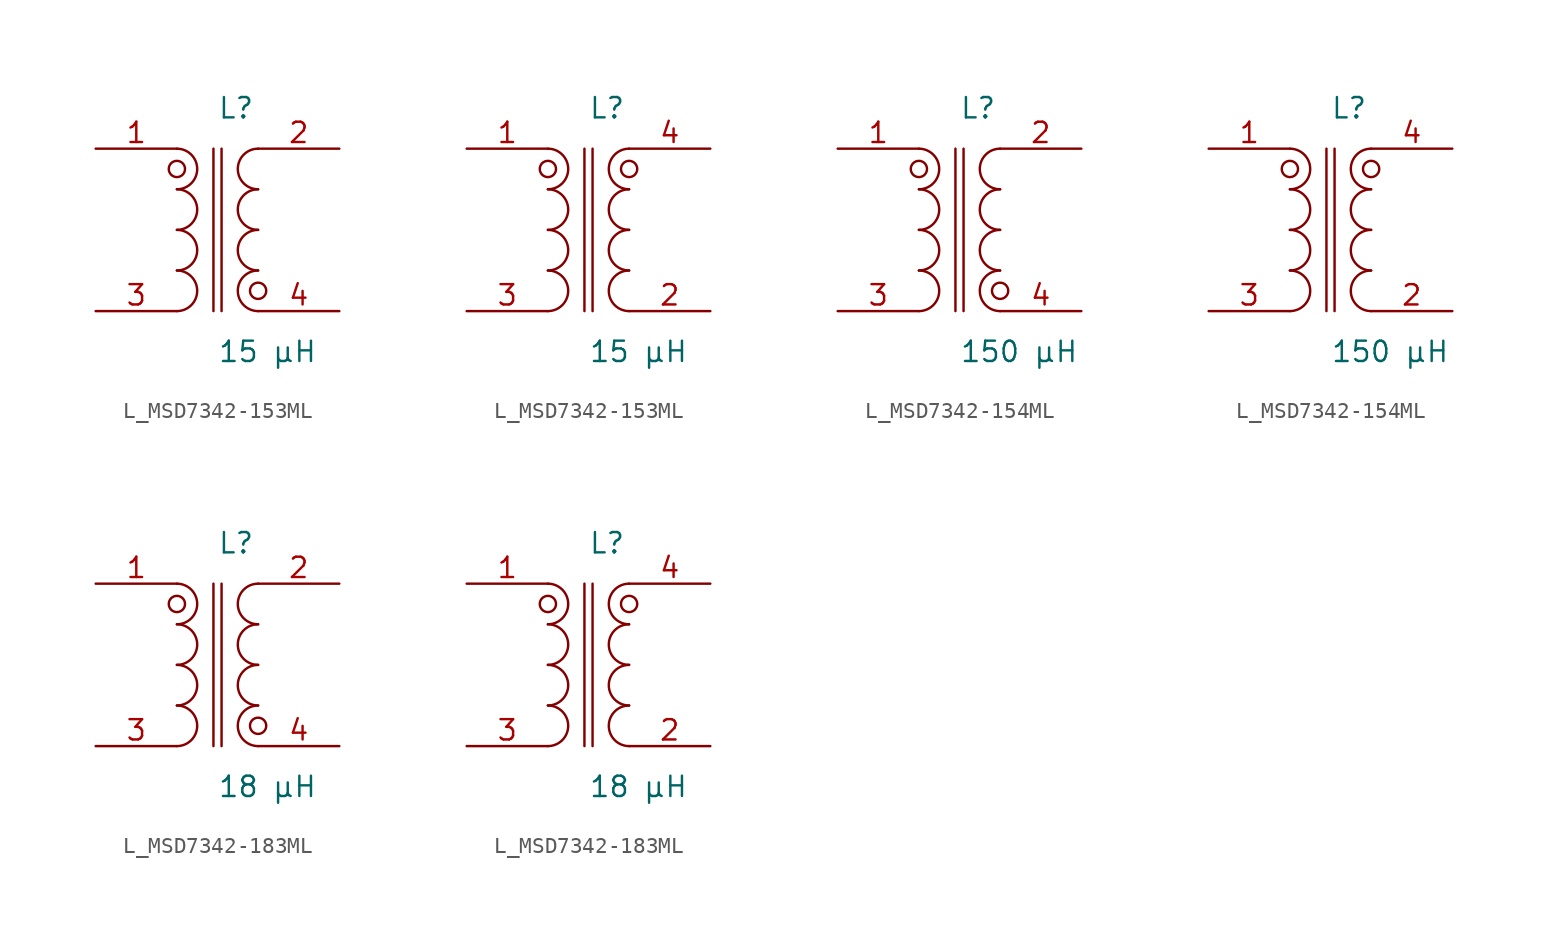
<source format=kicad_sym>
(kicad_symbol_lib
  (version 20231120)
  (generator kicad_symbol_editor)
  (generator_version 8.0)
  (symbol "L_MSD7342-153ML"
    (pin_names
      (offset 0.254))
    (property "Reference" "L"
      (at 0 7.62 0)
      (effects (font (size 1.27 1.27)) (justify left)))
    (property "Value" "15 µH"
      (at 0 -7.62 0)
      (effects (font (size 1.27 1.27)) (justify left)))
    (symbol "L_MSD7342-153ML_1_1"
      (arc (start -2.54 -5.08) (mid -1.27 -3.81) (end -2.54 -2.54) (stroke (width 0) (type default)) (fill (type none)))
      (arc (start -2.54 -2.54) (mid -1.27 -1.27) (end -2.54 0.0) (stroke (width 0) (type default)) (fill (type none)))
      (arc (start -2.54 0.0) (mid -1.27 1.27) (end -2.54 2.54) (stroke (width 0) (type default)) (fill (type none)))
      (arc (start -2.54 2.54) (mid -1.27 3.81) (end -2.54 5.08) (stroke (width 0) (type default)) (fill (type none)))
      (arc (start 2.54 -5.08) (mid 1.27 -3.81) (end 2.54 -2.54) (stroke (width 0) (type default)) (fill (type none)))
      (arc (start 2.54 -2.54) (mid 1.27 -1.27) (end 2.54 0.0) (stroke (width 0) (type default)) (fill (type none)))
      (arc (start 2.54 0.0) (mid 1.27 1.27) (end 2.54 2.54) (stroke (width 0) (type default)) (fill (type none)))
      (arc (start 2.54 2.54) (mid 1.27 3.81) (end 2.54 5.08) (stroke (width 0) (type default)) (fill (type none)))
      (circle (center -2.54 3.81) (radius 0.508) (stroke (width 0) (type default)) (fill (type none)))
      (circle (center 2.54 -3.81) (radius 0.508) (stroke (width 0) (type default)) (fill (type none)))
      (polyline (pts (xy -0.254 5.08) (xy -0.254 -5.08)) (stroke (width 0) (type default)) (fill (type none)))
      (polyline (pts (xy 0.254 5.08) (xy 0.254 -5.08)) (stroke (width 0) (type default)) (fill (type none)))
      (pin passive line (at -7.62 5.08 0) (length 5.08) (name "" (effects (font (size 1.27 1.27)))) (number "1" (effects (font (size 1.27 1.27)))))
      (pin passive line (at -7.62 -5.08 0) (length 5.08) (name "" (effects (font (size 1.27 1.27)))) (number "3" (effects (font (size 1.27 1.27)))))
      (pin passive line (at 7.62 5.08 180) (length 5.08) (name "" (effects (font (size 1.27 1.27)))) (number "2" (effects (font (size 1.27 1.27)))))
      (pin passive line (at 7.62 -5.08 180) (length 5.08) (name "" (effects (font (size 1.27 1.27)))) (number "4" (effects (font (size 1.27 1.27))))))
    (symbol "L_MSD7342-153ML_1_2"
      (arc (start -2.54 -5.08) (mid -1.27 -3.81) (end -2.54 -2.54) (stroke (width 0) (type default)) (fill (type none)))
      (arc (start -2.54 -2.54) (mid -1.27 -1.27) (end -2.54 0.0) (stroke (width 0) (type default)) (fill (type none)))
      (arc (start -2.54 0.0) (mid -1.27 1.27) (end -2.54 2.54) (stroke (width 0) (type default)) (fill (type none)))
      (arc (start -2.54 2.54) (mid -1.27 3.81) (end -2.54 5.08) (stroke (width 0) (type default)) (fill (type none)))
      (arc (start 2.54 -5.08) (mid 1.27 -3.81) (end 2.54 -2.54) (stroke (width 0) (type default)) (fill (type none)))
      (arc (start 2.54 -2.54) (mid 1.27 -1.27) (end 2.54 0.0) (stroke (width 0) (type default)) (fill (type none)))
      (arc (start 2.54 0.0) (mid 1.27 1.27) (end 2.54 2.54) (stroke (width 0) (type default)) (fill (type none)))
      (arc (start 2.54 2.54) (mid 1.27 3.81) (end 2.54 5.08) (stroke (width 0) (type default)) (fill (type none)))
      (circle (center -2.54 3.81) (radius 0.508) (stroke (width 0) (type default)) (fill (type none)))
      (circle (center 2.54 3.81) (radius 0.508) (stroke (width 0) (type default)) (fill (type none)))
      (polyline (pts (xy -0.254 5.08) (xy -0.254 -5.08)) (stroke (width 0) (type default)) (fill (type none)))
      (polyline (pts (xy 0.254 5.08) (xy 0.254 -5.08)) (stroke (width 0) (type default)) (fill (type none)))
      (pin passive line (at -7.62 5.08 0) (length 5.08) (name "" (effects (font (size 1.27 1.27)))) (number "1" (effects (font (size 1.27 1.27)))))
      (pin passive line (at -7.62 -5.08 0) (length 5.08) (name "" (effects (font (size 1.27 1.27)))) (number "3" (effects (font (size 1.27 1.27)))))
      (pin passive line (at 7.62 -5.08 180) (length 5.08) (name "" (effects (font (size 1.27 1.27)))) (number "2" (effects (font (size 1.27 1.27)))))
      (pin passive line (at 7.62 5.08 180) (length 5.08) (name "" (effects (font (size 1.27 1.27)))) (number "4" (effects (font (size 1.27 1.27)))))))
  (symbol "L_MSD7342-154ML"
    (pin_names
      (offset 0.254))
    (property "Reference" "L"
      (at 0 7.62 0)
      (effects (font (size 1.27 1.27)) (justify left)))
    (property "Value" "150 µH"
      (at 0 -7.62 0)
      (effects (font (size 1.27 1.27)) (justify left)))
    (symbol "L_MSD7342-154ML_1_1"
      (arc (start -2.54 -5.08) (mid -1.27 -3.81) (end -2.54 -2.54) (stroke (width 0) (type default)) (fill (type none)))
      (arc (start -2.54 -2.54) (mid -1.27 -1.27) (end -2.54 0.0) (stroke (width 0) (type default)) (fill (type none)))
      (arc (start -2.54 0.0) (mid -1.27 1.27) (end -2.54 2.54) (stroke (width 0) (type default)) (fill (type none)))
      (arc (start -2.54 2.54) (mid -1.27 3.81) (end -2.54 5.08) (stroke (width 0) (type default)) (fill (type none)))
      (arc (start 2.54 -5.08) (mid 1.27 -3.81) (end 2.54 -2.54) (stroke (width 0) (type default)) (fill (type none)))
      (arc (start 2.54 -2.54) (mid 1.27 -1.27) (end 2.54 0.0) (stroke (width 0) (type default)) (fill (type none)))
      (arc (start 2.54 0.0) (mid 1.27 1.27) (end 2.54 2.54) (stroke (width 0) (type default)) (fill (type none)))
      (arc (start 2.54 2.54) (mid 1.27 3.81) (end 2.54 5.08) (stroke (width 0) (type default)) (fill (type none)))
      (circle (center -2.54 3.81) (radius 0.508) (stroke (width 0) (type default)) (fill (type none)))
      (circle (center 2.54 -3.81) (radius 0.508) (stroke (width 0) (type default)) (fill (type none)))
      (polyline (pts (xy -0.254 5.08) (xy -0.254 -5.08)) (stroke (width 0) (type default)) (fill (type none)))
      (polyline (pts (xy 0.254 5.08) (xy 0.254 -5.08)) (stroke (width 0) (type default)) (fill (type none)))
      (pin passive line (at -7.62 5.08 0) (length 5.08) (name "" (effects (font (size 1.27 1.27)))) (number "1" (effects (font (size 1.27 1.27)))))
      (pin passive line (at -7.62 -5.08 0) (length 5.08) (name "" (effects (font (size 1.27 1.27)))) (number "3" (effects (font (size 1.27 1.27)))))
      (pin passive line (at 7.62 5.08 180) (length 5.08) (name "" (effects (font (size 1.27 1.27)))) (number "2" (effects (font (size 1.27 1.27)))))
      (pin passive line (at 7.62 -5.08 180) (length 5.08) (name "" (effects (font (size 1.27 1.27)))) (number "4" (effects (font (size 1.27 1.27))))))
    (symbol "L_MSD7342-154ML_1_2"
      (arc (start -2.54 -5.08) (mid -1.27 -3.81) (end -2.54 -2.54) (stroke (width 0) (type default)) (fill (type none)))
      (arc (start -2.54 -2.54) (mid -1.27 -1.27) (end -2.54 0.0) (stroke (width 0) (type default)) (fill (type none)))
      (arc (start -2.54 0.0) (mid -1.27 1.27) (end -2.54 2.54) (stroke (width 0) (type default)) (fill (type none)))
      (arc (start -2.54 2.54) (mid -1.27 3.81) (end -2.54 5.08) (stroke (width 0) (type default)) (fill (type none)))
      (arc (start 2.54 -5.08) (mid 1.27 -3.81) (end 2.54 -2.54) (stroke (width 0) (type default)) (fill (type none)))
      (arc (start 2.54 -2.54) (mid 1.27 -1.27) (end 2.54 0.0) (stroke (width 0) (type default)) (fill (type none)))
      (arc (start 2.54 0.0) (mid 1.27 1.27) (end 2.54 2.54) (stroke (width 0) (type default)) (fill (type none)))
      (arc (start 2.54 2.54) (mid 1.27 3.81) (end 2.54 5.08) (stroke (width 0) (type default)) (fill (type none)))
      (circle (center -2.54 3.81) (radius 0.508) (stroke (width 0) (type default)) (fill (type none)))
      (circle (center 2.54 3.81) (radius 0.508) (stroke (width 0) (type default)) (fill (type none)))
      (polyline (pts (xy -0.254 5.08) (xy -0.254 -5.08)) (stroke (width 0) (type default)) (fill (type none)))
      (polyline (pts (xy 0.254 5.08) (xy 0.254 -5.08)) (stroke (width 0) (type default)) (fill (type none)))
      (pin passive line (at -7.62 5.08 0) (length 5.08) (name "" (effects (font (size 1.27 1.27)))) (number "1" (effects (font (size 1.27 1.27)))))
      (pin passive line (at -7.62 -5.08 0) (length 5.08) (name "" (effects (font (size 1.27 1.27)))) (number "3" (effects (font (size 1.27 1.27)))))
      (pin passive line (at 7.62 -5.08 180) (length 5.08) (name "" (effects (font (size 1.27 1.27)))) (number "2" (effects (font (size 1.27 1.27)))))
      (pin passive line (at 7.62 5.08 180) (length 5.08) (name "" (effects (font (size 1.27 1.27)))) (number "4" (effects (font (size 1.27 1.27)))))))
  (symbol "L_MSD7342-183ML"
    (pin_names
      (offset 0.254))
    (property "Reference" "L"
      (at 0 7.62 0)
      (effects (font (size 1.27 1.27)) (justify left)))
    (property "Value" "18 µH"
      (at 0 -7.62 0)
      (effects (font (size 1.27 1.27)) (justify left)))
    (symbol "L_MSD7342-183ML_1_1"
      (arc (start -2.54 -5.08) (mid -1.27 -3.81) (end -2.54 -2.54) (stroke (width 0) (type default)) (fill (type none)))
      (arc (start -2.54 -2.54) (mid -1.27 -1.27) (end -2.54 0.0) (stroke (width 0) (type default)) (fill (type none)))
      (arc (start -2.54 0.0) (mid -1.27 1.27) (end -2.54 2.54) (stroke (width 0) (type default)) (fill (type none)))
      (arc (start -2.54 2.54) (mid -1.27 3.81) (end -2.54 5.08) (stroke (width 0) (type default)) (fill (type none)))
      (arc (start 2.54 -5.08) (mid 1.27 -3.81) (end 2.54 -2.54) (stroke (width 0) (type default)) (fill (type none)))
      (arc (start 2.54 -2.54) (mid 1.27 -1.27) (end 2.54 0.0) (stroke (width 0) (type default)) (fill (type none)))
      (arc (start 2.54 0.0) (mid 1.27 1.27) (end 2.54 2.54) (stroke (width 0) (type default)) (fill (type none)))
      (arc (start 2.54 2.54) (mid 1.27 3.81) (end 2.54 5.08) (stroke (width 0) (type default)) (fill (type none)))
      (circle (center -2.54 3.81) (radius 0.508) (stroke (width 0) (type default)) (fill (type none)))
      (circle (center 2.54 -3.81) (radius 0.508) (stroke (width 0) (type default)) (fill (type none)))
      (polyline (pts (xy -0.254 5.08) (xy -0.254 -5.08)) (stroke (width 0) (type default)) (fill (type none)))
      (polyline (pts (xy 0.254 5.08) (xy 0.254 -5.08)) (stroke (width 0) (type default)) (fill (type none)))
      (pin passive line (at -7.62 5.08 0) (length 5.08) (name "" (effects (font (size 1.27 1.27)))) (number "1" (effects (font (size 1.27 1.27)))))
      (pin passive line (at -7.62 -5.08 0) (length 5.08) (name "" (effects (font (size 1.27 1.27)))) (number "3" (effects (font (size 1.27 1.27)))))
      (pin passive line (at 7.62 5.08 180) (length 5.08) (name "" (effects (font (size 1.27 1.27)))) (number "2" (effects (font (size 1.27 1.27)))))
      (pin passive line (at 7.62 -5.08 180) (length 5.08) (name "" (effects (font (size 1.27 1.27)))) (number "4" (effects (font (size 1.27 1.27))))))
    (symbol "L_MSD7342-183ML_1_2"
      (arc (start -2.54 -5.08) (mid -1.27 -3.81) (end -2.54 -2.54) (stroke (width 0) (type default)) (fill (type none)))
      (arc (start -2.54 -2.54) (mid -1.27 -1.27) (end -2.54 0.0) (stroke (width 0) (type default)) (fill (type none)))
      (arc (start -2.54 0.0) (mid -1.27 1.27) (end -2.54 2.54) (stroke (width 0) (type default)) (fill (type none)))
      (arc (start -2.54 2.54) (mid -1.27 3.81) (end -2.54 5.08) (stroke (width 0) (type default)) (fill (type none)))
      (arc (start 2.54 -5.08) (mid 1.27 -3.81) (end 2.54 -2.54) (stroke (width 0) (type default)) (fill (type none)))
      (arc (start 2.54 -2.54) (mid 1.27 -1.27) (end 2.54 0.0) (stroke (width 0) (type default)) (fill (type none)))
      (arc (start 2.54 0.0) (mid 1.27 1.27) (end 2.54 2.54) (stroke (width 0) (type default)) (fill (type none)))
      (arc (start 2.54 2.54) (mid 1.27 3.81) (end 2.54 5.08) (stroke (width 0) (type default)) (fill (type none)))
      (circle (center -2.54 3.81) (radius 0.508) (stroke (width 0) (type default)) (fill (type none)))
      (circle (center 2.54 3.81) (radius 0.508) (stroke (width 0) (type default)) (fill (type none)))
      (polyline (pts (xy -0.254 5.08) (xy -0.254 -5.08)) (stroke (width 0) (type default)) (fill (type none)))
      (polyline (pts (xy 0.254 5.08) (xy 0.254 -5.08)) (stroke (width 0) (type default)) (fill (type none)))
      (pin passive line (at -7.62 5.08 0) (length 5.08) (name "" (effects (font (size 1.27 1.27)))) (number "1" (effects (font (size 1.27 1.27)))))
      (pin passive line (at -7.62 -5.08 0) (length 5.08) (name "" (effects (font (size 1.27 1.27)))) (number "3" (effects (font (size 1.27 1.27)))))
      (pin passive line (at 7.62 -5.08 180) (length 5.08) (name "" (effects (font (size 1.27 1.27)))) (number "2" (effects (font (size 1.27 1.27)))))
      (pin passive line (at 7.62 5.08 180) (length 5.08) (name "" (effects (font (size 1.27 1.27)))) (number "4" (effects (font (size 1.27 1.27))))))))
</source>
